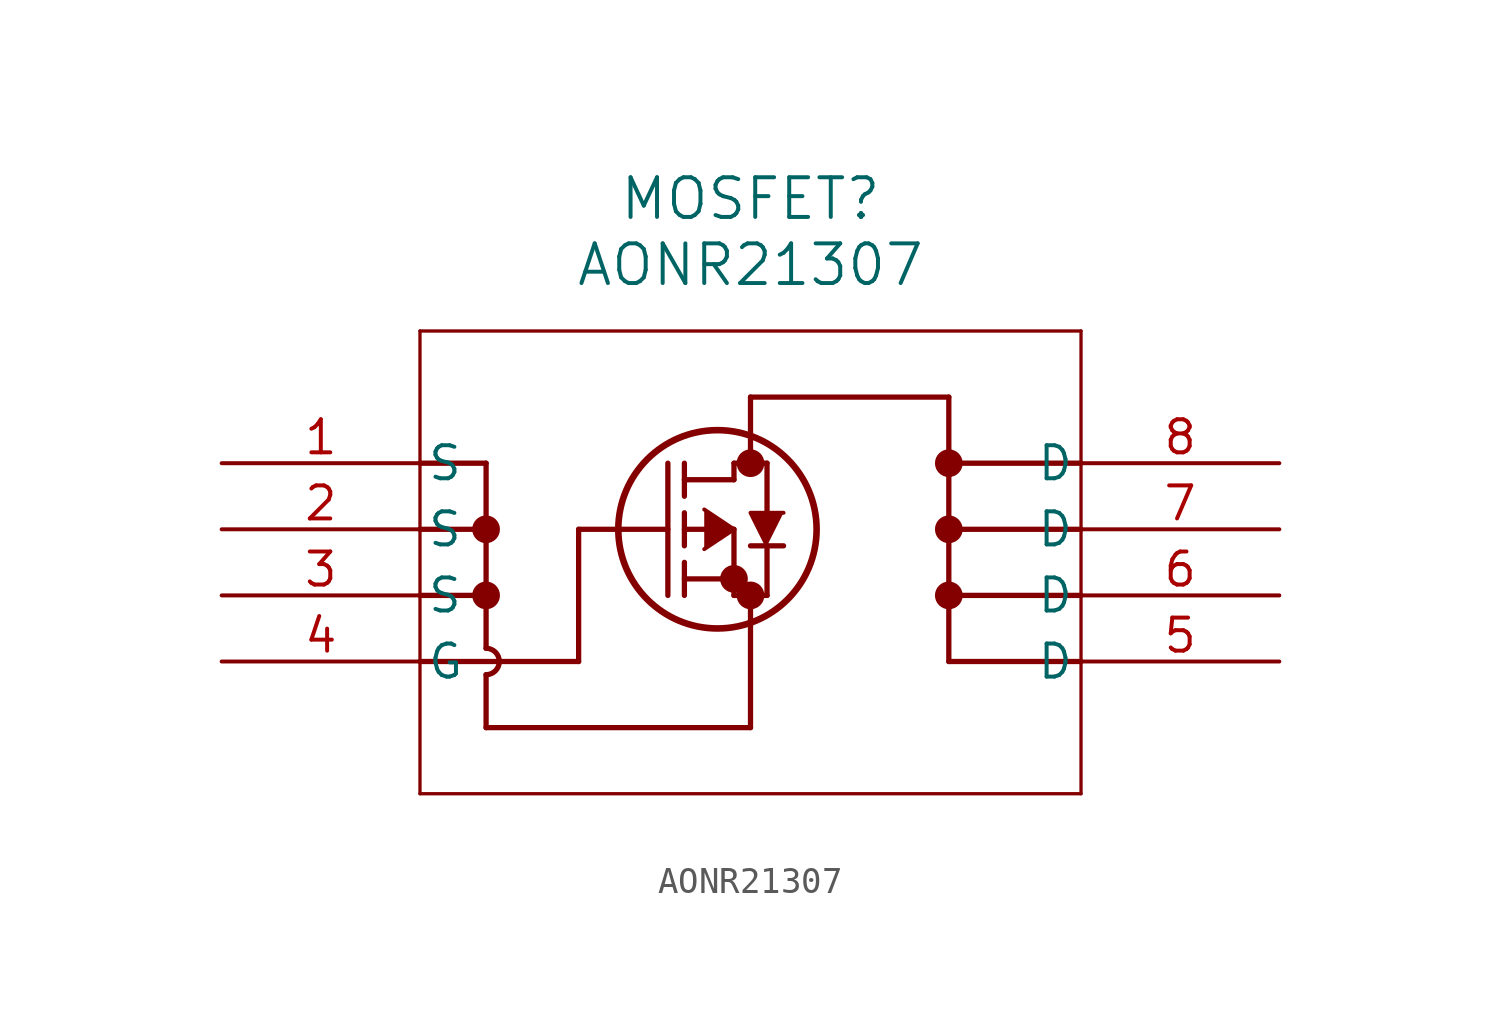
<source format=kicad_sym>
(kicad_symbol_lib
  (version 20211014)
  (generator kicad_symbol_editor)
  (symbol "AONR21307"
    (pin_names
      (offset 0.254))
    (property "Reference" "MOSFET"
      (at 20.32 10.16 0)
      (effects (font (size 1.524 1.524))))
    (property "Value" "AONR21307"
      (at 20.32 7.62 0)
      (effects (font (size 1.524 1.524))))
    (symbol "AONR21307_0_1"
      (polyline (pts (xy 7.62 5.08) (xy 7.62 -12.7)) (stroke (width 0.127) (type default) (color 0 0 0 0)) (fill (type none)))
      (polyline (pts (xy 7.62 -12.7) (xy 33.02 -12.7)) (stroke (width 0.127) (type default) (color 0 0 0 0)) (fill (type none)))
      (polyline (pts (xy 33.02 -12.7) (xy 33.02 5.08)) (stroke (width 0.127) (type default) (color 0 0 0 0)) (fill (type none)))
      (polyline (pts (xy 33.02 5.08) (xy 7.62 5.08)) (stroke (width 0.127) (type default) (color 0 0 0 0)) (fill (type none)))
      (circle (center 20.32 0) (radius 0.025) (stroke (width 0.508) (type default) (color 0 0 0 0)) (fill (type none)))
      (circle (center 20.32 -5.08) (radius 0.025) (stroke (width 0.508) (type default) (color 0 0 0 0)) (fill (type none)))
      (circle (center 19.685 -4.445) (radius 0.025) (stroke (width 0.508) (type default) (color 0 0 0 0)) (fill (type none)))
      (circle (center 19.05 -2.54) (radius 3.81) (stroke (width 0.254) (type default) (color 0 0 0 0)) (fill (type none)))
      (polyline (pts (xy 13.716 -2.54) (xy 17.145 -2.54)) (stroke (width 0.203) (type default) (color 0 0 0 0)) (fill (type none)))
      (polyline (pts (xy 17.145 -5.08) (xy 17.145 0)) (stroke (width 0.203) (type default) (color 0 0 0 0)) (fill (type none)))
      (polyline (pts (xy 17.78 -3.175) (xy 17.78 -1.905)) (stroke (width 0.203) (type default) (color 0 0 0 0)) (fill (type none)))
      (polyline (pts (xy 17.78 -5.08) (xy 17.78 -3.81)) (stroke (width 0.203) (type default) (color 0 0 0 0)) (fill (type none)))
      (polyline (pts (xy 17.78 -1.27) (xy 17.78 0)) (stroke (width 0.203) (type default) (color 0 0 0 0)) (fill (type none)))
      (polyline (pts (xy 17.78 -2.54) (xy 19.685 -2.54)) (stroke (width 0.203) (type default) (color 0 0 0 0)) (fill (type none)))
      (polyline (pts (xy 17.78 -4.445) (xy 19.685 -4.445)) (stroke (width 0.203) (type default) (color 0 0 0 0)) (fill (type none)))
      (polyline (pts (xy 19.685 -5.08) (xy 19.685 -2.54)) (stroke (width 0.203) (type default) (color 0 0 0 0)) (fill (type none)))
      (polyline (pts (xy 19.685 -5.08) (xy 20.955 -5.08)) (stroke (width 0.203) (type default) (color 0 0 0 0)) (fill (type none)))
      (polyline (pts (xy 17.78 -0.635) (xy 19.685 -0.635)) (stroke (width 0.203) (type default) (color 0 0 0 0)) (fill (type none)))
      (polyline (pts (xy 20.955 -1.905) (xy 20.955 0)) (stroke (width 0.203) (type default) (color 0 0 0 0)) (fill (type none)))
      (polyline (pts (xy 20.955 -5.08) (xy 20.955 -3.175)) (stroke (width 0.203) (type default) (color 0 0 0 0)) (fill (type none)))
      (polyline (pts (xy 21.59 -3.175) (xy 20.32 -3.175)) (stroke (width 0.203) (type default) (color 0 0 0 0)) (fill (type none)))
      (polyline (pts (xy 19.685 0) (xy 20.955 0)) (stroke (width 0.203) (type default) (color 0 0 0 0)) (fill (type none)))
      (polyline (pts (xy 19.685 -0.635) (xy 19.685 0)) (stroke (width 0.203) (type default) (color 0 0 0 0)) (fill (type none)))
      (polyline (pts (xy 13.716 -7.62) (xy 13.716 -2.54)) (stroke (width 0.203) (type default) (color 0 0 0 0)) (fill (type none)))
      (polyline (pts (xy 21.59 -1.905) (xy 20.32 -1.905) (xy 20.955 -3.175)) (stroke (width 0) (type default) (color 0 0 0 0)) (fill (type outline)))
      (polyline (pts (xy 7.62 -7.62) (xy 13.716 -7.62)) (stroke (width 0.203) (type default) (color 0 0 0 0)) (fill (type none)))
      (polyline (pts (xy 18.542 -1.778) (xy 19.685 -2.54) (xy 18.542 -3.302)) (stroke (width 0) (type default) (color 0 0 0 0)) (fill (type outline)))
      (polyline (pts (xy 20.32 -10.16) (xy 20.32 -5.08)) (stroke (width 0.203) (type default) (color 0 0 0 0)) (fill (type none)))
      (polyline (pts (xy 20.32 -10.16) (xy 10.16 -10.16)) (stroke (width 0.203) (type default) (color 0 0 0 0)) (fill (type none)))
      (polyline (pts (xy 10.16 0) (xy 7.62 0)) (stroke (width 0.203) (type default) (color 0 0 0 0)) (fill (type none)))
      (polyline (pts (xy 10.16 -2.54) (xy 7.62 -2.54)) (stroke (width 0.203) (type default) (color 0 0 0 0)) (fill (type none)))
      (polyline (pts (xy 10.16 -5.08) (xy 7.62 -5.08)) (stroke (width 0.203) (type default) (color 0 0 0 0)) (fill (type none)))
      (polyline (pts (xy 10.16 -7.112) (xy 10.16 0)) (stroke (width 0.203) (type default) (color 0 0 0 0)) (fill (type none)))
      (polyline (pts (xy 20.32 0) (xy 20.32 2.54)) (stroke (width 0.203) (type default) (color 0 0 0 0)) (fill (type none)))
      (polyline (pts (xy 27.94 2.54) (xy 20.32 2.54)) (stroke (width 0.203) (type default) (color 0 0 0 0)) (fill (type none)))
      (polyline (pts (xy 27.94 -7.62) (xy 33.02 -7.62)) (stroke (width 0.203) (type default) (color 0 0 0 0)) (fill (type none)))
      (polyline (pts (xy 27.94 -7.62) (xy 27.94 2.54)) (stroke (width 0.203) (type default) (color 0 0 0 0)) (fill (type none)))
      (polyline (pts (xy 27.94 -5.08) (xy 33.02 -5.08)) (stroke (width 0.203) (type default) (color 0 0 0 0)) (fill (type none)))
      (polyline (pts (xy 27.94 -2.54) (xy 33.02 -2.54)) (stroke (width 0.203) (type default) (color 0 0 0 0)) (fill (type none)))
      (polyline (pts (xy 27.94 0) (xy 33.02 0)) (stroke (width 0.203) (type default) (color 0 0 0 0)) (fill (type none)))
      (circle (center 27.94 0) (radius 0.025) (stroke (width 0.508) (type default) (color 0 0 0 0)) (fill (type none)))
      (circle (center 27.94 -2.54) (radius 0.025) (stroke (width 0.508) (type default) (color 0 0 0 0)) (fill (type none)))
      (circle (center 27.94 -5.08) (radius 0.025) (stroke (width 0.508) (type default) (color 0 0 0 0)) (fill (type none)))
      (circle (center 10.16 -2.54) (radius 0.025) (stroke (width 0.508) (type default) (color 0 0 0 0)) (fill (type none)))
      (circle (center 10.16 -5.08) (radius 0.025) (stroke (width 0.508) (type default) (color 0 0 0 0)) (fill (type none)))
      (polyline (pts (xy 10.16 -10.16) (xy 10.16 -8.128)) (stroke (width 0.203) (type default) (color 0 0 0 0)) (fill (type none)))
      (arc (start 10.16 -8.128) (mid 10.668 -7.62) (end 10.16 -7.112) (stroke (width 0.2032) (type default) (color 0 0 0 0)) (fill (type none)))
      (pin unspecified line (at 0 0 0) (length 7.62) (name "S" (effects (font (size 1.27 1.27)))) (number "1" (effects (font (size 1.27 1.27)))))
      (pin unspecified line (at 0 -2.54 0) (length 7.62) (name "S" (effects (font (size 1.27 1.27)))) (number "2" (effects (font (size 1.27 1.27)))))
      (pin unspecified line (at 0 -5.08 0) (length 7.62) (name "S" (effects (font (size 1.27 1.27)))) (number "3" (effects (font (size 1.27 1.27)))))
      (pin unspecified line (at 0 -7.62 0) (length 7.62) (name "G" (effects (font (size 1.27 1.27)))) (number "4" (effects (font (size 1.27 1.27)))))
      (pin unspecified line (at 40.64 -7.62 180) (length 7.62) (name "D" (effects (font (size 1.27 1.27)))) (number "5" (effects (font (size 1.27 1.27)))))
      (pin unspecified line (at 40.64 -5.08 180) (length 7.62) (name "D" (effects (font (size 1.27 1.27)))) (number "6" (effects (font (size 1.27 1.27)))))
      (pin unspecified line (at 40.64 -2.54 180) (length 7.62) (name "D" (effects (font (size 1.27 1.27)))) (number "7" (effects (font (size 1.27 1.27)))))
      (pin unspecified line (at 40.64 0 180) (length 7.62) (name "D" (effects (font (size 1.27 1.27)))) (number "8" (effects (font (size 1.27 1.27))))))))
</source>
